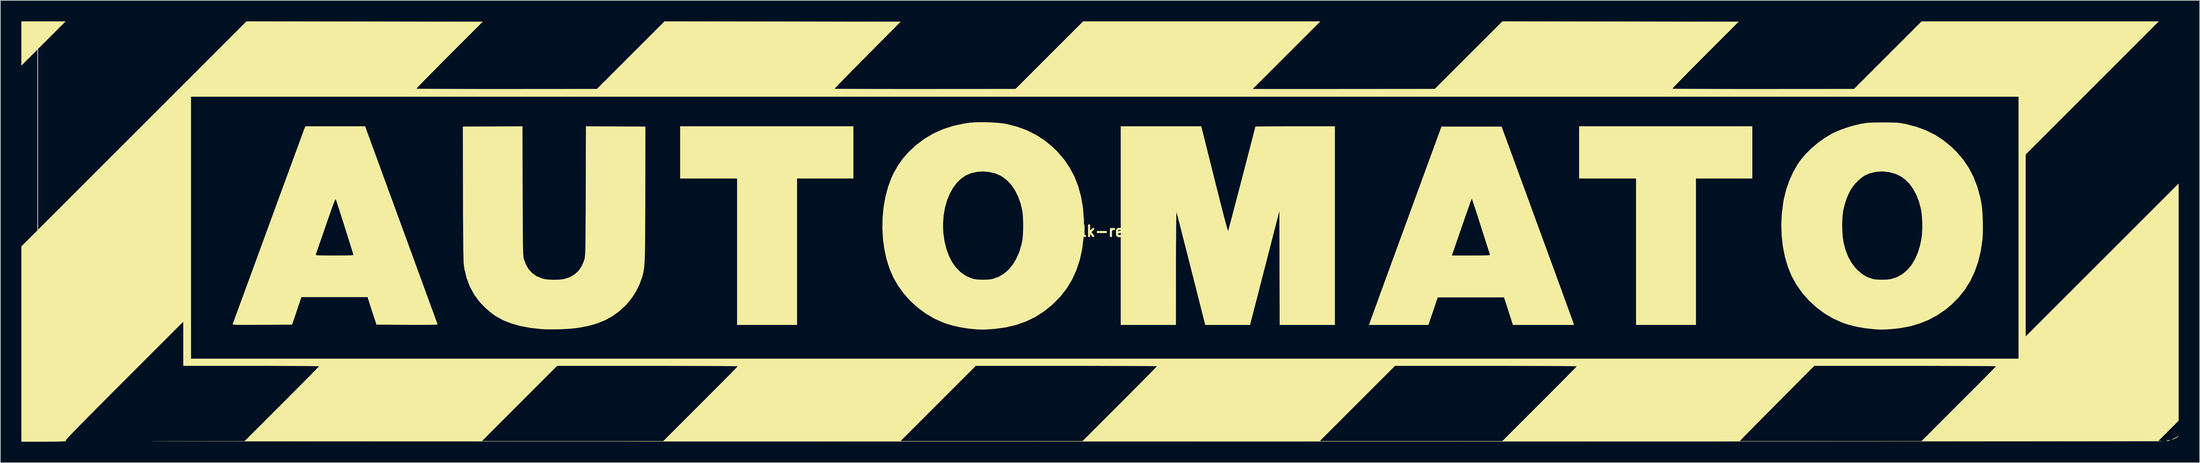
<source format=kicad_pcb>
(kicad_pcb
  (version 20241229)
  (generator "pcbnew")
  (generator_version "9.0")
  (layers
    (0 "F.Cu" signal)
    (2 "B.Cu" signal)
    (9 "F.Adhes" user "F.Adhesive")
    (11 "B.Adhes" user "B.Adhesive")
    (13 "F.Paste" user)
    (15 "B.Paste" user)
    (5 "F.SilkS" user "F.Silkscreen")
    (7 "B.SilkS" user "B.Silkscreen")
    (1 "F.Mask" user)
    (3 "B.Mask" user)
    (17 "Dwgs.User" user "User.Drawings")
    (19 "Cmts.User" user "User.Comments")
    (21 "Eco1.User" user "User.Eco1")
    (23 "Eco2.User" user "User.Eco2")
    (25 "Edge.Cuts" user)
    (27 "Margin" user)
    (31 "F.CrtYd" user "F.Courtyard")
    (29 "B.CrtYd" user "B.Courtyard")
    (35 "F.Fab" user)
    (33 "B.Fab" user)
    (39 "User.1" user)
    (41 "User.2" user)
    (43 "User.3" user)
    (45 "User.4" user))
  (footprint "bsilk-rev2"
    (layer "F.Cu")
    (at 154.014 29.977)
    (property "Reference" "bsilk-rev2" (at 0 0 0) (layer "F.SilkS") (effects (font (size 1.524 1.524) (thickness 0.3))))
    (attr through_hole)
    (fp_poly (pts (xy -35.221 -7.535) (xy -43.265 -7.535) (xy -43.265 13.377) (xy -51.816 13.377) (xy -51.816 -7.535) (xy -59.944 -7.535) (xy -59.944 -14.986) (xy -35.221 -14.986) (xy -35.221 -7.535)) (stroke (width 0.01) (type solid)) (fill yes) (layer "F.SilkS"))
    (fp_poly (pts (xy 93.133 -7.535) (xy 85.09 -7.535) (xy 85.09 13.377) (xy 76.539 13.377) (xy 76.539 -7.535) (xy 68.411 -7.535) (xy 68.411 -14.986) (xy 93.133 -14.986) (xy 93.133 -7.535)) (stroke (width 0.01) (type solid)) (fill yes) (layer "F.SilkS"))
    (fp_poly (pts (xy 152.782 29.836) (xy 152.696 29.887) (xy 152.474 29.948) (xy 152.358 29.958) (xy 152.264 29.947) (xy 152.325 29.913) (xy 152.4 29.887) (xy 152.599 29.835) (xy 152.738 29.818) (xy 152.782 29.836)) (stroke (width 0.01) (type solid)) (fill yes) (layer "F.SilkS"))
    (fp_poly (pts (xy 153.983 29.265) (xy 153.977 29.275) (xy 153.851 29.388) (xy 153.624 29.525) (xy 153.351 29.655) (xy 153.092 29.747) (xy 153.077 29.751) (xy 153.034 29.749) (xy 153.125 29.69) (xy 153.325 29.591) (xy 153.596 29.457) (xy 153.817 29.335) (xy 153.912 29.272) (xy 154.001 29.21) (xy 153.983 29.265)) (stroke (width 0.01) (type solid)) (fill yes) (layer "F.SilkS"))
    (fp_poly (pts (xy 62.453 -0.974) (xy 62.996 0.507) (xy 63.522 1.947) (xy 64.031 3.336) (xy 64.518 4.668) (xy 64.98 5.934) (xy 65.416 7.126) (xy 65.821 8.236) (xy 66.192 9.255) (xy 66.528 10.175) (xy 66.824 10.989) (xy 67.078 11.687) (xy 67.287 12.263) (xy 67.447 12.707) (xy 67.557 13.011) (xy 67.612 13.168) (xy 67.618 13.187) (xy 67.667 13.377) (xy 58.958 13.377) (xy 58.322 11.409) (xy 57.686 9.44) (xy 48.218 9.44) (xy 47.552 11.409) (xy 46.886 13.377) (xy 38.42 13.377) (xy 38.47 13.187) (xy 38.504 13.088) (xy 38.593 12.839) (xy 38.735 12.447) (xy 38.926 11.92) (xy 39.163 11.268) (xy 39.444 10.497) (xy 39.765 9.616) (xy 40.123 8.633) (xy 40.516 7.557) (xy 40.94 6.396) (xy 41.393 5.157) (xy 41.871 3.849) (xy 42.01 3.471) (xy 50.234 3.471) (xy 52.981 3.471) (xy 53.756 3.47) (xy 54.376 3.466) (xy 54.856 3.459) (xy 55.211 3.448) (xy 55.457 3.433) (xy 55.608 3.413) (xy 55.678 3.386) (xy 55.686 3.36) (xy 55.653 3.26) (xy 55.573 3.014) (xy 55.452 2.638) (xy 55.296 2.15) (xy 55.109 1.564) (xy 54.896 0.896) (xy 54.662 0.164) (xy 54.413 -0.618) (xy 54.386 -0.704) (xy 54.136 -1.485) (xy 53.901 -2.216) (xy 53.686 -2.879) (xy 53.496 -3.461) (xy 53.335 -3.945) (xy 53.21 -4.315) (xy 53.125 -4.557) (xy 53.085 -4.655) (xy 53.083 -4.657) (xy 53.048 -4.579) (xy 52.963 -4.356) (xy 52.833 -4.004) (xy 52.665 -3.536) (xy 52.464 -2.968) (xy 52.234 -2.315) (xy 51.982 -1.593) (xy 51.713 -0.815) (xy 51.636 -0.593) (xy 50.234 3.471) (xy 42.01 3.471) (xy 42.372 2.48) (xy 42.892 1.059) (xy 43.429 -0.407) (xy 43.637 -0.974) (xy 48.754 -14.944) (xy 57.338 -14.944) (xy 62.453 -0.974)) (stroke (width 0.01) (type solid)) (fill yes) (layer "F.SilkS"))
    (fp_poly (pts (xy 16.345 -7.434) (xy 16.705 -5.997) (xy 17.026 -4.723) (xy 17.31 -3.608) (xy 17.557 -2.649) (xy 17.767 -1.845) (xy 17.941 -1.192) (xy 18.08 -0.688) (xy 18.185 -0.33) (xy 18.257 -0.116) (xy 18.295 -0.043) (xy 18.3 -0.047) (xy 18.329 -0.147) (xy 18.396 -0.396) (xy 18.498 -0.779) (xy 18.632 -1.283) (xy 18.793 -1.893) (xy 18.978 -2.596) (xy 19.182 -3.377) (xy 19.404 -4.221) (xy 19.638 -5.116) (xy 19.881 -6.046) (xy 20.129 -6.997) (xy 20.379 -7.956) (xy 20.627 -8.908) (xy 20.869 -9.839) (xy 21.102 -10.735) (xy 21.322 -11.582) (xy 21.525 -12.365) (xy 21.707 -13.071) (xy 21.865 -13.685) (xy 21.996 -14.193) (xy 22.094 -14.581) (xy 22.158 -14.834) (xy 22.182 -14.94) (xy 22.183 -14.941) (xy 22.265 -14.949) (xy 22.503 -14.956) (xy 22.882 -14.963) (xy 23.39 -14.969) (xy 24.011 -14.974) (xy 24.732 -14.979) (xy 25.54 -14.982) (xy 26.42 -14.985) (xy 27.358 -14.986) (xy 27.855 -14.986) (xy 33.528 -14.986) (xy 33.528 13.377) (xy 25.655 13.377) (xy 25.633 5.234) (xy 25.612 -2.909) (xy 23.588 4.959) (xy 23.298 6.087) (xy 23.018 7.172) (xy 22.753 8.202) (xy 22.505 9.167) (xy 22.276 10.053) (xy 22.071 10.85) (xy 21.891 11.546) (xy 21.741 12.128) (xy 21.623 12.586) (xy 21.539 12.907) (xy 21.494 13.079) (xy 21.488 13.102) (xy 21.413 13.377) (xy 15.027 13.377) (xy 13.004 5.397) (xy 12.716 4.264) (xy 12.44 3.175) (xy 12.177 2.142) (xy 11.93 1.177) (xy 11.704 0.291) (xy 11.5 -0.505) (xy 11.322 -1.199) (xy 11.172 -1.78) (xy 11.053 -2.235) (xy 10.969 -2.555) (xy 10.922 -2.726) (xy 10.915 -2.752) (xy 10.905 -2.693) (xy 10.896 -2.477) (xy 10.887 -2.114) (xy 10.879 -1.615) (xy 10.871 -0.991) (xy 10.864 -0.255) (xy 10.858 0.583) (xy 10.853 1.513) (xy 10.848 2.521) (xy 10.845 3.598) (xy 10.843 4.731) (xy 10.843 5.228) (xy 10.837 13.377) (xy 2.963 13.377) (xy 2.963 -14.986) (xy 14.457 -14.986) (xy 16.345 -7.434)) (stroke (width 0.01) (type solid)) (fill yes) (layer "F.SilkS"))
    (fp_poly (pts (xy -69.157 -14.966) (xy -64.916 -14.944) (xy -64.932 -5.461) (xy -64.935 -3.909) (xy -64.938 -2.516) (xy -64.942 -1.273) (xy -64.947 -0.168) (xy -64.953 0.808) (xy -64.961 1.665) (xy -64.972 2.414) (xy -64.984 3.064) (xy -65 3.626) (xy -65.019 4.11) (xy -65.042 4.525) (xy -65.069 4.883) (xy -65.1 5.193) (xy -65.135 5.465) (xy -65.176 5.71) (xy -65.223 5.937) (xy -65.275 6.157) (xy -65.334 6.38) (xy -65.366 6.5) (xy -65.717 7.5) (xy -66.205 8.501) (xy -66.806 9.457) (xy -67.493 10.326) (xy -67.778 10.629) (xy -68.664 11.437) (xy -69.617 12.122) (xy -70.65 12.691) (xy -71.779 13.151) (xy -73.019 13.509) (xy -74.385 13.77) (xy -74.845 13.834) (xy -75.502 13.901) (xy -76.273 13.954) (xy -77.107 13.99) (xy -77.951 14.008) (xy -78.755 14.008) (xy -79.467 13.986) (xy -79.756 13.969) (xy -81.324 13.8) (xy -82.757 13.532) (xy -84.056 13.167) (xy -85.218 12.704) (xy -86.243 12.144) (xy -86.699 11.831) (xy -87.744 10.964) (xy -88.64 10.019) (xy -89.386 8.993) (xy -89.984 7.886) (xy -90.436 6.695) (xy -90.742 5.419) (xy -90.841 4.741) (xy -90.859 4.498) (xy -90.875 4.085) (xy -90.89 3.504) (xy -90.904 2.753) (xy -90.916 1.834) (xy -90.926 0.747) (xy -90.936 -0.509) (xy -90.943 -1.933) (xy -90.95 -3.525) (xy -90.954 -5.285) (xy -90.955 -5.503) (xy -90.974 -14.944) (xy -82.472 -14.988) (xy -82.443 -5.779) (xy -82.439 -4.319) (xy -82.434 -3.019) (xy -82.429 -1.868) (xy -82.424 -0.857) (xy -82.419 0.024) (xy -82.412 0.785) (xy -82.405 1.435) (xy -82.397 1.985) (xy -82.388 2.444) (xy -82.377 2.822) (xy -82.365 3.129) (xy -82.352 3.375) (xy -82.336 3.569) (xy -82.318 3.722) (xy -82.298 3.843) (xy -82.276 3.942) (xy -82.271 3.96) (xy -81.979 4.766) (xy -81.571 5.449) (xy -81.05 6.006) (xy -80.416 6.438) (xy -79.67 6.742) (xy -79.397 6.815) (xy -78.955 6.887) (xy -78.406 6.927) (xy -77.81 6.936) (xy -77.226 6.914) (xy -76.715 6.86) (xy -76.474 6.815) (xy -75.691 6.553) (xy -75.02 6.164) (xy -74.461 5.648) (xy -74.016 5.007) (xy -73.685 4.243) (xy -73.6 3.959) (xy -73.577 3.863) (xy -73.557 3.747) (xy -73.539 3.601) (xy -73.523 3.414) (xy -73.509 3.178) (xy -73.497 2.881) (xy -73.486 2.516) (xy -73.476 2.071) (xy -73.468 1.537) (xy -73.461 0.903) (xy -73.454 0.161) (xy -73.449 -0.699) (xy -73.443 -1.688) (xy -73.438 -2.815) (xy -73.434 -4.09) (xy -73.429 -5.524) (xy -73.428 -5.779) (xy -73.399 -14.988) (xy -69.157 -14.966)) (stroke (width 0.01) (type solid)) (fill yes) (layer "F.SilkS"))
    (fp_poly (pts (xy -16.422 -15.57) (xy -15.617 -15.546) (xy -14.837 -15.5) (xy -14.128 -15.434) (xy -13.533 -15.349) (xy -13.42 -15.328) (xy -11.905 -14.948) (xy -10.492 -14.435) (xy -9.174 -13.784) (xy -7.943 -12.992) (xy -6.794 -12.056) (xy -6.084 -11.363) (xy -5.137 -10.263) (xy -4.328 -9.076) (xy -3.655 -7.8) (xy -3.118 -6.43) (xy -2.716 -4.964) (xy -2.446 -3.398) (xy -2.307 -1.728) (xy -2.287 -0.732) (xy -2.356 0.976) (xy -2.562 2.596) (xy -2.903 4.123) (xy -3.378 5.555) (xy -3.986 6.889) (xy -4.726 8.121) (xy -5.596 9.247) (xy -5.771 9.444) (xy -6.856 10.523) (xy -8.009 11.451) (xy -9.237 12.233) (xy -10.544 12.869) (xy -11.936 13.364) (xy -13.42 13.719) (xy -15.002 13.937) (xy -15.395 13.97) (xy -15.947 14.007) (xy -16.385 14.029) (xy -16.765 14.036) (xy -17.141 14.029) (xy -17.568 14.008) (xy -17.738 13.998) (xy -18.814 13.894) (xy -19.915 13.717) (xy -20.985 13.479) (xy -21.966 13.191) (xy -22.301 13.073) (xy -23.605 12.496) (xy -24.849 11.771) (xy -26.017 10.912) (xy -27.091 9.934) (xy -28.056 8.853) (xy -28.893 7.683) (xy -29.508 6.6) (xy -30.051 5.348) (xy -30.478 3.994) (xy -30.791 2.563) (xy -30.99 1.077) (xy -31.073 -0.438) (xy -31.058 -1.195) (xy -22.417 -1.195) (xy -22.396 -0.044) (xy -22.37 0.276) (xy -22.199 1.478) (xy -21.924 2.582) (xy -21.551 3.58) (xy -21.084 4.465) (xy -20.53 5.229) (xy -19.893 5.863) (xy -19.178 6.359) (xy -18.391 6.711) (xy -18.011 6.821) (xy -17.597 6.888) (xy -17.077 6.924) (xy -16.512 6.928) (xy -15.963 6.902) (xy -15.491 6.845) (xy -15.345 6.815) (xy -14.533 6.539) (xy -13.786 6.111) (xy -13.109 5.541) (xy -12.51 4.837) (xy -11.994 4.007) (xy -11.568 3.059) (xy -11.238 2.001) (xy -11.08 1.27) (xy -11.03 0.873) (xy -10.995 0.35) (xy -10.975 -0.253) (xy -10.97 -0.895) (xy -10.98 -1.531) (xy -11.005 -2.118) (xy -11.045 -2.612) (xy -11.082 -2.879) (xy -11.339 -3.975) (xy -11.699 -4.98) (xy -12.154 -5.881) (xy -12.696 -6.665) (xy -13.319 -7.32) (xy -14.014 -7.833) (xy -14.209 -7.944) (xy -14.981 -8.269) (xy -15.82 -8.468) (xy -16.689 -8.54) (xy -17.554 -8.486) (xy -18.38 -8.305) (xy -19.13 -7.997) (xy -19.158 -7.982) (xy -19.84 -7.519) (xy -20.456 -6.915) (xy -21 -6.184) (xy -21.465 -5.342) (xy -21.846 -4.407) (xy -22.136 -3.393) (xy -22.328 -2.317) (xy -22.417 -1.195) (xy -31.058 -1.195) (xy -31.042 -1.961) (xy -30.896 -3.467) (xy -30.636 -4.933) (xy -30.261 -6.335) (xy -29.771 -7.651) (xy -29.49 -8.255) (xy -28.853 -9.388) (xy -28.119 -10.416) (xy -27.36 -11.279) (xy -26.244 -12.323) (xy -25.037 -13.224) (xy -23.74 -13.982) (xy -22.353 -14.596) (xy -20.876 -15.068) (xy -19.31 -15.395) (xy -18.55 -15.499) (xy -17.933 -15.548) (xy -17.208 -15.571) (xy -16.422 -15.57)) (stroke (width 0.01) (type solid)) (fill yes) (layer "F.SilkS"))
    (fp_poly (pts (xy -104.935 -14.986) (xy -99.784 -0.91) (xy -99.241 0.575) (xy -98.713 2.018) (xy -98.203 3.41) (xy -97.715 4.744) (xy -97.251 6.012) (xy -96.814 7.205) (xy -96.408 8.315) (xy -96.035 9.335) (xy -95.698 10.256) (xy -95.4 11.069) (xy -95.144 11.768) (xy -94.934 12.344) (xy -94.771 12.788) (xy -94.659 13.094) (xy -94.601 13.251) (xy -94.594 13.272) (xy -94.615 13.297) (xy -94.707 13.317) (xy -94.881 13.333) (xy -95.149 13.345) (xy -95.521 13.354) (xy -96.01 13.36) (xy -96.626 13.363) (xy -97.382 13.363) (xy -98.289 13.36) (xy -98.931 13.357) (xy -103.307 13.335) (xy -103.851 11.684) (xy -104.021 11.163) (xy -104.179 10.677) (xy -104.314 10.256) (xy -104.416 9.932) (xy -104.477 9.733) (xy -104.482 9.716) (xy -104.57 9.398) (xy -114.027 9.398) (xy -114.693 11.367) (xy -115.358 13.335) (xy -119.622 13.357) (xy -120.582 13.362) (xy -121.385 13.365) (xy -122.047 13.366) (xy -122.579 13.364) (xy -122.996 13.36) (xy -123.311 13.353) (xy -123.538 13.341) (xy -123.691 13.326) (xy -123.781 13.306) (xy -123.825 13.282) (xy -123.833 13.252) (xy -123.827 13.23) (xy -123.792 13.136) (xy -123.702 12.891) (xy -123.56 12.503) (xy -123.368 11.981) (xy -123.13 11.333) (xy -122.849 10.567) (xy -122.528 9.691) (xy -122.17 8.713) (xy -121.777 7.643) (xy -121.354 6.487) (xy -120.902 5.254) (xy -120.425 3.952) (xy -120.21 3.365) (xy -111.992 3.365) (xy -111.97 3.396) (xy -111.869 3.42) (xy -111.675 3.439) (xy -111.374 3.453) (xy -110.952 3.463) (xy -110.395 3.468) (xy -109.689 3.471) (xy -109.314 3.471) (xy -108.475 3.469) (xy -107.798 3.462) (xy -107.279 3.451) (xy -106.91 3.434) (xy -106.685 3.412) (xy -106.597 3.385) (xy -106.595 3.38) (xy -106.62 3.287) (xy -106.691 3.053) (xy -106.801 2.695) (xy -106.945 2.233) (xy -107.116 1.686) (xy -107.309 1.073) (xy -107.517 0.413) (xy -107.735 -0.275) (xy -107.956 -0.972) (xy -108.175 -1.658) (xy -108.384 -2.316) (xy -108.58 -2.925) (xy -108.754 -3.467) (xy -108.901 -3.922) (xy -109.016 -4.273) (xy -109.092 -4.498) (xy -109.113 -4.557) (xy -109.139 -4.575) (xy -109.183 -4.525) (xy -109.251 -4.397) (xy -109.344 -4.178) (xy -109.469 -3.859) (xy -109.628 -3.43) (xy -109.826 -2.878) (xy -110.067 -2.194) (xy -110.354 -1.368) (xy -110.569 -0.747) (xy -110.841 0.041) (xy -111.097 0.782) (xy -111.332 1.46) (xy -111.539 2.06) (xy -111.714 2.565) (xy -111.851 2.96) (xy -111.945 3.23) (xy -111.99 3.358) (xy -111.992 3.365) (xy -120.21 3.365) (xy -119.926 2.59) (xy -119.408 1.176) (xy -118.874 -0.283) (xy -118.73 -0.677) (xy -118.191 -2.148) (xy -117.667 -3.579) (xy -117.16 -4.96) (xy -116.675 -6.285) (xy -116.213 -7.543) (xy -115.778 -8.728) (xy -115.374 -9.831) (xy -115.002 -10.843) (xy -114.666 -11.757) (xy -114.37 -12.563) (xy -114.116 -13.254) (xy -113.907 -13.822) (xy -113.746 -14.257) (xy -113.636 -14.552) (xy -113.581 -14.698) (xy -113.576 -14.711) (xy -113.462 -14.986) (xy -109.199 -14.986) (xy -104.935 -14.986)) (stroke (width 0.01) (type solid)) (fill yes) (layer "F.SilkS"))
    (fp_poly (pts (xy 111.845 -15.532) (xy 112.522 -15.531) (xy 113.06 -15.525) (xy 113.49 -15.515) (xy 113.841 -15.496) (xy 114.144 -15.468) (xy 114.43 -15.428) (xy 114.729 -15.373) (xy 115.067 -15.303) (xy 116.553 -14.917) (xy 117.925 -14.412) (xy 119.197 -13.782) (xy 120.384 -13.018) (xy 121.5 -12.112) (xy 122.311 -11.323) (xy 123.247 -10.228) (xy 124.048 -9.038) (xy 124.718 -7.75) (xy 125.259 -6.358) (xy 125.672 -4.857) (xy 125.861 -3.895) (xy 125.927 -3.391) (xy 125.981 -2.76) (xy 126.021 -2.045) (xy 126.046 -1.288) (xy 126.055 -0.531) (xy 126.047 0.184) (xy 126.021 0.815) (xy 125.99 1.195) (xy 125.748 2.842) (xy 125.374 4.381) (xy 124.87 5.814) (xy 124.233 7.143) (xy 123.463 8.37) (xy 122.559 9.498) (xy 121.52 10.526) (xy 120.735 11.172) (xy 119.553 11.982) (xy 118.317 12.65) (xy 117.013 13.181) (xy 115.627 13.578) (xy 114.145 13.848) (xy 112.96 13.97) (xy 112.382 14.008) (xy 111.921 14.03) (xy 111.526 14.036) (xy 111.146 14.027) (xy 110.728 14.003) (xy 110.659 13.998) (xy 109.304 13.856) (xy 108.015 13.631) (xy 106.825 13.331) (xy 106.054 13.073) (xy 104.743 12.494) (xy 103.496 11.767) (xy 102.33 10.907) (xy 101.258 9.929) (xy 100.297 8.845) (xy 99.461 7.671) (xy 98.767 6.421) (xy 98.727 6.335) (xy 98.203 5.046) (xy 97.795 3.652) (xy 97.504 2.177) (xy 97.332 0.642) (xy 97.288 -0.738) (xy 105.966 -0.738) (xy 105.989 0.069) (xy 106.047 0.826) (xy 106.14 1.481) (xy 106.164 1.602) (xy 106.437 2.656) (xy 106.786 3.578) (xy 107.224 4.392) (xy 107.762 5.122) (xy 108.119 5.511) (xy 108.795 6.098) (xy 109.509 6.526) (xy 110.278 6.804) (xy 110.344 6.821) (xy 110.758 6.888) (xy 111.278 6.924) (xy 111.843 6.928) (xy 112.392 6.902) (xy 112.864 6.845) (xy 113.01 6.815) (xy 113.832 6.536) (xy 114.584 6.109) (xy 115.26 5.538) (xy 115.856 4.833) (xy 116.366 3.999) (xy 116.785 3.044) (xy 117.108 1.975) (xy 117.312 0.919) (xy 117.382 0.238) (xy 117.412 -0.538) (xy 117.402 -1.352) (xy 117.355 -2.144) (xy 117.271 -2.855) (xy 117.222 -3.13) (xy 116.949 -4.191) (xy 116.576 -5.164) (xy 116.113 -6.033) (xy 115.569 -6.785) (xy 114.952 -7.404) (xy 114.351 -7.831) (xy 113.543 -8.211) (xy 112.675 -8.45) (xy 111.777 -8.547) (xy 110.877 -8.501) (xy 110.007 -8.31) (xy 109.291 -8.023) (xy 108.838 -7.74) (xy 108.355 -7.342) (xy 107.885 -6.869) (xy 107.467 -6.36) (xy 107.197 -5.956) (xy 106.875 -5.329) (xy 106.576 -4.594) (xy 106.322 -3.814) (xy 106.135 -3.05) (xy 106.113 -2.935) (xy 106.027 -2.292) (xy 105.979 -1.542) (xy 105.966 -0.738) (xy 97.288 -0.738) (xy 97.282 -0.931) (xy 97.355 -2.519) (xy 97.554 -4.101) (xy 97.665 -4.704) (xy 97.984 -5.976) (xy 98.421 -7.229) (xy 98.961 -8.423) (xy 99.586 -9.521) (xy 100.03 -10.164) (xy 100.722 -10.993) (xy 101.544 -11.809) (xy 102.455 -12.582) (xy 103.415 -13.279) (xy 104.386 -13.867) (xy 104.916 -14.136) (xy 105.743 -14.485) (xy 106.668 -14.814) (xy 107.623 -15.098) (xy 108.536 -15.315) (xy 108.67 -15.341) (xy 109.011 -15.403) (xy 109.326 -15.45) (xy 109.645 -15.485) (xy 110 -15.508) (xy 110.419 -15.523) (xy 110.936 -15.53) (xy 111.58 -15.533) (xy 111.845 -15.532)) (stroke (width 0.01) (type solid)) (fill yes) (layer "F.SilkS"))
    (fp_poly (pts (xy 74.316 -29.951) (xy 91.184 -29.93) (xy 86.427 -25.169) (xy 85.685 -24.425) (xy 84.98 -23.716) (xy 84.32 -23.05) (xy 83.714 -22.436) (xy 83.172 -21.885) (xy 82.702 -21.404) (xy 82.314 -21.003) (xy 82.015 -20.691) (xy 81.816 -20.477) (xy 81.724 -20.371) (xy 81.719 -20.36) (xy 81.808 -20.355) (xy 82.057 -20.35) (xy 82.457 -20.345) (xy 82.998 -20.34) (xy 83.672 -20.336) (xy 84.469 -20.332) (xy 85.38 -20.328) (xy 86.396 -20.325) (xy 87.508 -20.322) (xy 88.706 -20.32) (xy 89.981 -20.318) (xy 91.325 -20.317) (xy 92.727 -20.317) (xy 94.178 -20.317) (xy 94.711 -20.317) (xy 107.654 -20.322) (xy 112.48 -25.147) (xy 117.306 -29.972) (xy 151.171 -29.972) (xy 141.668 -20.467) (xy 132.165 -10.963) (xy 132.165 15.028) (xy 154.009 -6.815) (xy 154.009 27.053) (xy 152.568 28.491) (xy 151.126 29.93) (xy 151.657 29.979) (xy 151.591 29.98) (xy 151.358 29.982) (xy 150.961 29.983) (xy 150.403 29.985) (xy 149.686 29.987) (xy 148.813 29.988) (xy 147.787 29.99) (xy 146.611 29.991) (xy 145.286 29.993) (xy 143.817 29.994) (xy 142.205 29.995) (xy 140.453 29.997) (xy 138.564 29.998) (xy 136.54 29.999) (xy 134.384 30.001) (xy 132.1 30.002) (xy 129.689 30.003) (xy 127.154 30.004) (xy 124.499 30.006) (xy 121.724 30.007) (xy 118.835 30.008) (xy 115.832 30.009) (xy 112.719 30.01) (xy 109.498 30.011) (xy 106.172 30.012) (xy 102.744 30.013) (xy 99.216 30.014) (xy 95.591 30.014) (xy 91.872 30.015) (xy 88.062 30.016) (xy 84.163 30.017) (xy 80.177 30.017) (xy 76.108 30.018) (xy 71.958 30.018) (xy 67.73 30.019) (xy 63.426 30.019) (xy 59.05 30.02) (xy 54.603 30.02) (xy 50.089 30.021) (xy 45.511 30.021) (xy 40.87 30.021) (xy 36.17 30.021) (xy 31.413 30.021) (xy 26.602 30.022) (xy 21.74 30.022) (xy 16.829 30.022) (xy 11.872 30.021) (xy 6.872 30.021) (xy 2.328 30.021) (xy -2.657 30.021) (xy -7.589 30.021) (xy -12.466 30.02) (xy -17.284 30.02) (xy -22.041 30.02) (xy -26.736 30.02) (xy -31.365 30.019) (xy -35.926 30.019) (xy -40.417 30.018) (xy -44.836 30.018) (xy -49.179 30.018) (xy -53.445 30.017) (xy -57.632 30.017) (xy -61.736 30.016) (xy -65.755 30.016) (xy -69.688 30.015) (xy -73.531 30.015) (xy -77.282 30.014) (xy -80.939 30.014) (xy -84.5 30.013) (xy -87.962 30.013) (xy -91.322 30.012) (xy -94.578 30.011) (xy -97.729 30.011) (xy -100.77 30.01) (xy -103.701 30.01) (xy -106.518 30.009) (xy -109.22 30.008) (xy -111.804 30.008) (xy -114.266 30.007) (xy -116.606 30.006) (xy -118.821 30.006) (xy -120.908 30.005) (xy -122.865 30.004) (xy -124.689 30.004) (xy -126.378 30.003) (xy -127.93 30.002) (xy -129.342 30.001) (xy -130.612 30.001) (xy -131.737 30) (xy -132.716 29.999) (xy -133.545 29.999) (xy -134.222 29.998) (xy -134.746 29.997) (xy -135.113 29.996) (xy -135.32 29.996) (xy -135.367 29.995) (xy -135.25 29.994) (xy -134.967 29.993) (xy -134.832 29.993) (xy -122.446 29.972) (xy -88.264 29.972) (xy -62.358 29.972) (xy -28.49 29.972) (xy -2.498 29.972) (xy 31.369 29.972) (xy 57.446 29.972) (xy 91.33 29.972) (xy 117.305 29.972) (xy 122.618 24.659) (xy 123.405 23.872) (xy 124.157 23.119) (xy 124.864 22.407) (xy 125.52 21.747) (xy 126.115 21.147) (xy 126.641 20.615) (xy 127.088 20.16) (xy 127.45 19.791) (xy 127.716 19.516) (xy 127.88 19.344) (xy 127.931 19.283) (xy 127.848 19.276) (xy 127.605 19.269) (xy 127.211 19.262) (xy 126.674 19.256) (xy 126.005 19.25) (xy 125.213 19.244) (xy 124.306 19.239) (xy 123.294 19.234) (xy 122.186 19.23) (xy 120.991 19.227) (xy 119.718 19.224) (xy 118.377 19.222) (xy 116.976 19.22) (xy 115.525 19.219) (xy 114.959 19.219) (xy 101.987 19.219) (xy 97.461 23.77) (xy 96.712 24.523) (xy 95.981 25.26) (xy 95.278 25.968) (xy 94.615 26.636) (xy 94.003 27.252) (xy 93.455 27.806) (xy 92.981 28.285) (xy 92.593 28.678) (xy 92.303 28.973) (xy 92.132 29.146) (xy 91.33 29.972) (xy 57.446 29.972) (xy 62.759 24.659) (xy 63.546 23.872) (xy 64.297 23.119) (xy 65.005 22.407) (xy 65.661 21.747) (xy 66.256 21.147) (xy 66.781 20.615) (xy 67.229 20.16) (xy 67.591 19.791) (xy 67.857 19.516) (xy 68.02 19.344) (xy 68.072 19.283) (xy 67.989 19.276) (xy 67.746 19.269) (xy 67.351 19.262) (xy 66.815 19.256) (xy 66.146 19.25) (xy 65.354 19.244) (xy 64.447 19.239) (xy 63.435 19.234) (xy 62.327 19.23) (xy 61.131 19.227) (xy 59.859 19.224) (xy 58.517 19.222) (xy 57.116 19.22) (xy 55.665 19.219) (xy 55.097 19.219) (xy 42.121 19.219) (xy 36.745 24.596) (xy 31.369 29.972) (xy -2.498 29.972) (xy 2.815 24.659) (xy 3.602 23.872) (xy 4.353 23.119) (xy 5.061 22.407) (xy 5.717 21.747) (xy 6.312 21.147) (xy 6.837 20.615) (xy 7.285 20.16) (xy 7.647 19.791) (xy 7.913 19.516) (xy 8.076 19.344) (xy 8.128 19.283) (xy 8.045 19.276) (xy 7.802 19.269) (xy 7.407 19.262) (xy 6.871 19.256) (xy 6.202 19.25) (xy 5.41 19.244) (xy 4.504 19.239) (xy 3.492 19.234) (xy 2.384 19.23) (xy 1.19 19.227) (xy -0.082 19.224) (xy -1.423 19.222) (xy -2.822 19.22) (xy -4.272 19.219) (xy -4.805 19.219) (xy -17.738 19.219) (xy -23.114 24.596) (xy -28.49 29.972) (xy -62.358 29.972) (xy -57.044 24.659) (xy -56.258 23.872) (xy -55.506 23.119) (xy -54.798 22.407) (xy -54.143 21.747) (xy -53.548 21.147) (xy -53.022 20.615) (xy -52.574 20.16) (xy -52.213 19.791) (xy -51.946 19.516) (xy -51.783 19.344) (xy -51.731 19.283) (xy -51.814 19.276) (xy -52.058 19.269) (xy -52.452 19.262) (xy -52.988 19.256) (xy -53.657 19.25) (xy -54.449 19.244) (xy -55.355 19.239) (xy -56.366 19.234) (xy -57.473 19.23) (xy -58.667 19.227) (xy -59.938 19.224) (xy -61.278 19.222) (xy -62.676 19.22) (xy -64.125 19.219) (xy -64.622 19.219) (xy -77.513 19.219) (xy -82.889 24.596) (xy -88.264 29.972) (xy -122.446 29.972) (xy -122.132 29.971) (xy -116.819 24.659) (xy -116.032 23.872) (xy -115.281 23.118) (xy -114.573 22.407) (xy -113.917 21.747) (xy -113.322 21.147) (xy -112.797 20.615) (xy -112.349 20.16) (xy -111.987 19.791) (xy -111.721 19.516) (xy -111.558 19.344) (xy -111.506 19.283) (xy -111.589 19.275) (xy -111.831 19.267) (xy -112.22 19.259) (xy -112.748 19.252) (xy -113.402 19.245) (xy -114.173 19.239) (xy -115.049 19.234) (xy -116.021 19.229) (xy -117.077 19.225) (xy -118.207 19.222) (xy -119.401 19.22) (xy -120.647 19.219) (xy -121.2 19.219) (xy -130.895 19.219) (xy -130.895 12.912) (xy -139.361 21.378) (xy -140.603 22.62) (xy -141.729 23.748) (xy -142.742 24.766) (xy -143.648 25.677) (xy -144.45 26.486) (xy -145.153 27.197) (xy -145.76 27.814) (xy -146.275 28.342) (xy -146.704 28.785) (xy -147.049 29.147) (xy -147.315 29.433) (xy -147.507 29.646) (xy -147.628 29.791) (xy -147.683 29.872) (xy -147.683 29.894) (xy -147.623 29.934) (xy -147.694 29.968) (xy -147.901 29.996) (xy -148.249 30.018) (xy -148.745 30.035) (xy -149.394 30.047) (xy -150.202 30.053) (xy -151.109 30.056) (xy -154.009 30.057) (xy -154.009 2.157) (xy -152.866 1.016) (xy -151.723 -0.125) (xy -151.723 -25.948) (xy -152.866 -24.807) (xy -154.009 -23.667) (xy -154.009 -29.972) (xy -147.702 -29.972) (xy -149.67 -28.003) (xy -151.638 -26.034) (xy -151.638 -0.212) (xy -132.63 -19.219) (xy -129.794 -19.219) (xy -129.794 18.203) (xy 131.149 18.203) (xy 131.149 -19.219) (xy -129.794 -19.219) (xy -132.63 -19.219) (xy -121.877 -29.972) (xy -105.009 -29.951) (xy -88.14 -29.93) (xy -92.897 -25.169) (xy -93.639 -24.425) (xy -94.344 -23.716) (xy -95.004 -23.05) (xy -95.61 -22.436) (xy -96.152 -21.885) (xy -96.622 -21.404) (xy -97.01 -21.003) (xy -97.309 -20.691) (xy -97.508 -20.477) (xy -97.6 -20.371) (xy -97.605 -20.36) (xy -97.516 -20.355) (xy -97.267 -20.35) (xy -96.867 -20.345) (xy -96.326 -20.34) (xy -95.653 -20.336) (xy -94.856 -20.332) (xy -93.945 -20.328) (xy -92.93 -20.325) (xy -91.82 -20.322) (xy -90.623 -20.32) (xy -89.349 -20.318) (xy -88.008 -20.317) (xy -86.608 -20.317) (xy -85.159 -20.317) (xy -84.698 -20.317) (xy -71.84 -20.322) (xy -67.013 -25.147) (xy -62.187 -29.972) (xy -45.327 -29.951) (xy -28.468 -29.93) (xy -33.204 -25.158) (xy -33.943 -24.412) (xy -34.647 -23.7) (xy -35.305 -23.033) (xy -35.909 -22.419) (xy -36.449 -21.867) (xy -36.918 -21.386) (xy -37.307 -20.986) (xy -37.605 -20.675) (xy -37.805 -20.463) (xy -37.898 -20.358) (xy -37.903 -20.349) (xy -37.816 -20.345) (xy -37.568 -20.341) (xy -37.17 -20.337) (xy -36.63 -20.333) (xy -35.957 -20.33) (xy -35.161 -20.327) (xy -34.252 -20.325) (xy -33.237 -20.322) (xy -32.127 -20.32) (xy -30.93 -20.319) (xy -29.657 -20.318) (xy -28.315 -20.317) (xy -26.915 -20.317) (xy -25.465 -20.317) (xy -24.966 -20.317) (xy -12.065 -20.322) (xy -7.239 -25.147) (xy -2.412 -29.972) (xy 31.453 -29.972) (xy 21.802 -20.32) (xy 23.919 -20.317) (xy 24.272 -20.317) (xy 24.782 -20.316) (xy 25.436 -20.316) (xy 26.221 -20.316) (xy 27.125 -20.316) (xy 28.133 -20.316) (xy 29.235 -20.316) (xy 30.417 -20.317) (xy 31.665 -20.317) (xy 32.969 -20.317) (xy 34.314 -20.318) (xy 35.687 -20.318) (xy 36.915 -20.319) (xy 47.794 -20.324) (xy 52.621 -25.148) (xy 57.447 -29.972) (xy 74.316 -29.951)) (stroke (width 0.01) (type solid)) (fill yes) (layer "F.SilkS")))
  (gr_rect
    (start -3 -3)
    (end 311.027 63.039)
    (stroke (width 0.1) (type default))
    (fill no)
    (layer "Edge.Cuts")))
</source>
